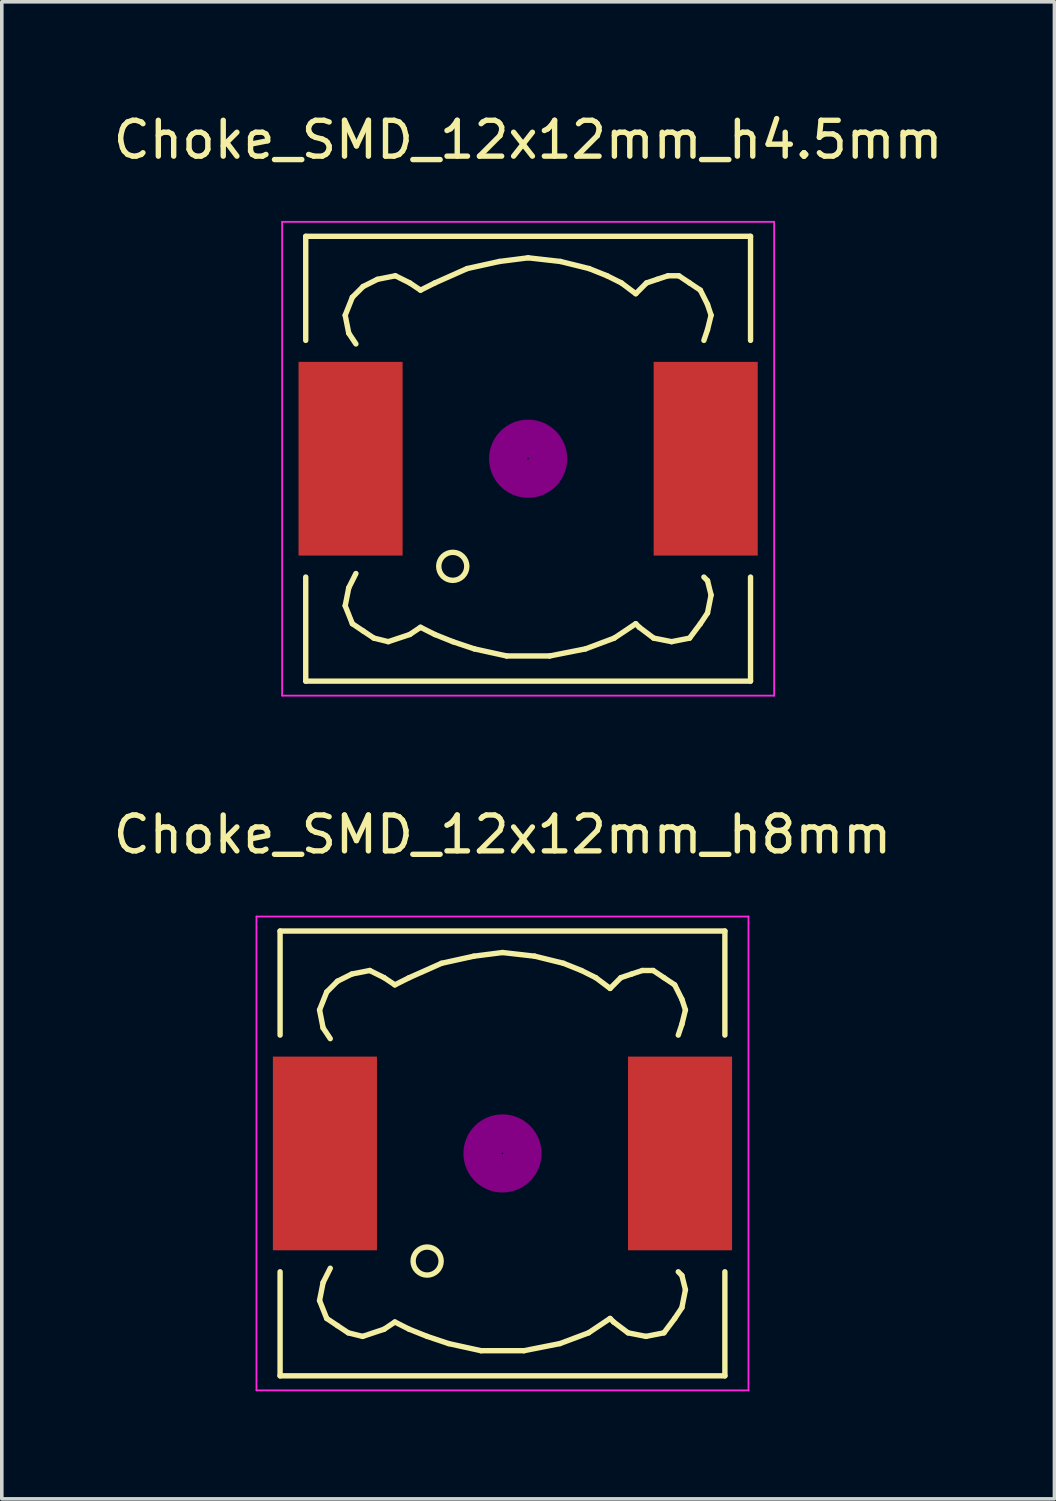
<source format=kicad_pcb>
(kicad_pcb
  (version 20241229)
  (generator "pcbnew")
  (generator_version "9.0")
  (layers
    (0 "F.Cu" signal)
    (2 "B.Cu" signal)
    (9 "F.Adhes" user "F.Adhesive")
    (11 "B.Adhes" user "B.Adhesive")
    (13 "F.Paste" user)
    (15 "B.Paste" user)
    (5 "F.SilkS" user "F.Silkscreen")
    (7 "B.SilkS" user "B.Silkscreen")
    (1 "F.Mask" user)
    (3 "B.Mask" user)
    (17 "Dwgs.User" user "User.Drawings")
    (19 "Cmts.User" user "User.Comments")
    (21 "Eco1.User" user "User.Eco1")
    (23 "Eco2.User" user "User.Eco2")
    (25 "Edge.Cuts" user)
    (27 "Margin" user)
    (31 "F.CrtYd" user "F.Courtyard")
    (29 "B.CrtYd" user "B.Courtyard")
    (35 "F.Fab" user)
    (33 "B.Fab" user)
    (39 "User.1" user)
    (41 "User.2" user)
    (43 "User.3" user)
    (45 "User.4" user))
  (footprint "Choke_SMD_12x12mm_h4.5mm"
    (layer "F.Cu")
    (at 11.673 9.738)
    (property "Reference" "Choke_SMD_12x12mm_h4.5mm" (at 0 -8.89 0) (layer "F.SilkS") (effects (font (size 1 1) (thickness 0.15))))
    (attr smd)
    (fp_line (start -6.2 -6.2) (end -6.2 -3.299) (stroke (width 0.15) (type solid)) (layer "F.SilkS"))
    (fp_line (start -6.2 3.299) (end -6.2 6.2) (stroke (width 0.15) (type solid)) (layer "F.SilkS"))
    (fp_line (start -6.2 6.2) (end 6.2 6.2) (stroke (width 0.15) (type solid)) (layer "F.SilkS"))
    (fp_line (start -5.1 -4) (end -5.001 -3.5) (stroke (width 0.15) (type solid)) (layer "F.SilkS"))
    (fp_line (start -5.1 4.1) (end -5.001 3.599) (stroke (width 0.15) (type solid)) (layer "F.SilkS"))
    (fp_line (start -5.001 -3.5) (end -4.801 -3.2) (stroke (width 0.15) (type solid)) (layer "F.SilkS"))
    (fp_line (start -5.001 3.599) (end -4.801 3.2) (stroke (width 0.15) (type solid)) (layer "F.SilkS"))
    (fp_line (start -4.9 -4.501) (end -5.1 -4) (stroke (width 0.15) (type solid)) (layer "F.SilkS"))
    (fp_line (start -4.9 4.6) (end -5.1 4.1) (stroke (width 0.15) (type solid)) (layer "F.SilkS"))
    (fp_line (start -4.6 -4.801) (end -4.9 -4.501) (stroke (width 0.15) (type solid)) (layer "F.SilkS"))
    (fp_line (start -4.6 4.801) (end -4.9 4.6) (stroke (width 0.15) (type solid)) (layer "F.SilkS"))
    (fp_line (start -4.3 5.001) (end -4.6 4.801) (stroke (width 0.15) (type solid)) (layer "F.SilkS"))
    (fp_line (start -4.201 -5.001) (end -4.6 -4.801) (stroke (width 0.15) (type solid)) (layer "F.SilkS"))
    (fp_line (start -3.899 5.1) (end -4.3 5.001) (stroke (width 0.15) (type solid)) (layer "F.SilkS"))
    (fp_line (start -3.701 -5.1) (end -4.201 -5.001) (stroke (width 0.15) (type solid)) (layer "F.SilkS"))
    (fp_line (start -3.299 -4.9) (end -3.701 -5.1) (stroke (width 0.15) (type solid)) (layer "F.SilkS"))
    (fp_line (start -3.299 4.9) (end -3.899 5.1) (stroke (width 0.15) (type solid)) (layer "F.SilkS"))
    (fp_line (start -3 -4.699) (end -3.299 -4.9) (stroke (width 0.15) (type solid)) (layer "F.SilkS"))
    (fp_line (start -3 4.699) (end -3.299 4.9) (stroke (width 0.15) (type solid)) (layer "F.SilkS"))
    (fp_line (start -2.601 -4.9) (end -3 -4.699) (stroke (width 0.15) (type solid)) (layer "F.SilkS"))
    (fp_line (start -2.601 4.9) (end -3 4.699) (stroke (width 0.15) (type solid)) (layer "F.SilkS"))
    (fp_line (start -2.101 5.1) (end -2.601 4.9) (stroke (width 0.15) (type solid)) (layer "F.SilkS"))
    (fp_line (start -1.699 -5.301) (end -2.601 -4.9) (stroke (width 0.15) (type solid)) (layer "F.SilkS"))
    (fp_line (start -1.501 5.301) (end -2.101 5.1) (stroke (width 0.15) (type solid)) (layer "F.SilkS"))
    (fp_line (start -0.8 -5.499) (end -1.699 -5.301) (stroke (width 0.15) (type solid)) (layer "F.SilkS"))
    (fp_line (start -0.599 5.499) (end -1.501 5.301) (stroke (width 0.15) (type solid)) (layer "F.SilkS"))
    (fp_line (start 0 -5.601) (end -0.8 -5.499) (stroke (width 0.15) (type solid)) (layer "F.SilkS"))
    (fp_line (start 0.599 5.499) (end -0.599 5.499) (stroke (width 0.15) (type solid)) (layer "F.SilkS"))
    (fp_line (start 0.899 -5.499) (end 0 -5.601) (stroke (width 0.15) (type solid)) (layer "F.SilkS"))
    (fp_line (start 1.6 5.301) (end 0.599 5.499) (stroke (width 0.15) (type solid)) (layer "F.SilkS"))
    (fp_line (start 1.699 -5.301) (end 0.899 -5.499) (stroke (width 0.15) (type solid)) (layer "F.SilkS"))
    (fp_line (start 2.2 -5.1) (end 1.699 -5.301) (stroke (width 0.15) (type solid)) (layer "F.SilkS"))
    (fp_line (start 2.4 5.001) (end 1.6 5.301) (stroke (width 0.15) (type solid)) (layer "F.SilkS"))
    (fp_line (start 2.601 -4.9) (end 2.2 -5.1) (stroke (width 0.15) (type solid)) (layer "F.SilkS"))
    (fp_line (start 3 -4.6) (end 2.601 -4.9) (stroke (width 0.15) (type solid)) (layer "F.SilkS"))
    (fp_line (start 3 4.6) (end 2.4 5.001) (stroke (width 0.15) (type solid)) (layer "F.SilkS"))
    (fp_line (start 3.099 4.699) (end 3 4.6) (stroke (width 0.15) (type solid)) (layer "F.SilkS"))
    (fp_line (start 3.299 -4.9) (end 3 -4.6) (stroke (width 0.15) (type solid)) (layer "F.SilkS"))
    (fp_line (start 3.5 5.001) (end 3.099 4.699) (stroke (width 0.15) (type solid)) (layer "F.SilkS"))
    (fp_line (start 3.599 -5.001) (end 3.299 -4.9) (stroke (width 0.15) (type solid)) (layer "F.SilkS"))
    (fp_line (start 3.899 -5.1) (end 3.599 -5.001) (stroke (width 0.15) (type solid)) (layer "F.SilkS"))
    (fp_line (start 4 5.1) (end 3.5 5.001) (stroke (width 0.15) (type solid)) (layer "F.SilkS"))
    (fp_line (start 4.201 -5.1) (end 3.899 -5.1) (stroke (width 0.15) (type solid)) (layer "F.SilkS"))
    (fp_line (start 4.501 -4.9) (end 4.201 -5.1) (stroke (width 0.15) (type solid)) (layer "F.SilkS"))
    (fp_line (start 4.501 5.001) (end 4 5.1) (stroke (width 0.15) (type solid)) (layer "F.SilkS"))
    (fp_line (start 4.801 -4.699) (end 4.501 -4.9) (stroke (width 0.15) (type solid)) (layer "F.SilkS"))
    (fp_line (start 4.801 4.6) (end 4.501 5.001) (stroke (width 0.15) (type solid)) (layer "F.SilkS"))
    (fp_line (start 4.9 -3.299) (end 5.001 -3.599) (stroke (width 0.15) (type solid)) (layer "F.SilkS"))
    (fp_line (start 4.9 3.299) (end 5.001 3.401) (stroke (width 0.15) (type solid)) (layer "F.SilkS"))
    (fp_line (start 5.001 -4.3) (end 4.801 -4.699) (stroke (width 0.15) (type solid)) (layer "F.SilkS"))
    (fp_line (start 5.001 -3.599) (end 5.1 -4) (stroke (width 0.15) (type solid)) (layer "F.SilkS"))
    (fp_line (start 5.001 3.401) (end 5.1 3.8) (stroke (width 0.15) (type solid)) (layer "F.SilkS"))
    (fp_line (start 5.001 4.3) (end 4.801 4.6) (stroke (width 0.15) (type solid)) (layer "F.SilkS"))
    (fp_line (start 5.1 -4) (end 5.001 -4.3) (stroke (width 0.15) (type solid)) (layer "F.SilkS"))
    (fp_line (start 5.1 3.8) (end 5.001 4.3) (stroke (width 0.15) (type solid)) (layer "F.SilkS"))
    (fp_line (start 6.2 -6.2) (end -6.2 -6.2) (stroke (width 0.15) (type solid)) (layer "F.SilkS"))
    (fp_line (start 6.2 -6.2) (end 6.2 -3.299) (stroke (width 0.15) (type solid)) (layer "F.SilkS"))
    (fp_line (start 6.2 6.2) (end 6.2 3.299) (stroke (width 0.15) (type solid)) (layer "F.SilkS"))
    (fp_circle (center -2.101 3) (end -1.801 3.251) (stroke (width 0.15) (type solid)) (fill no) (layer "F.SilkS"))
    (fp_circle (center 0 0) (end 0.15 0.15) (stroke (width 0.381) (type solid)) (fill no) (layer "F.Adhes"))
    (fp_circle (center 0 0) (end 0.551 0) (stroke (width 0.381) (type solid)) (fill no) (layer "F.Adhes"))
    (fp_circle (center 0 0) (end 0.899 0) (stroke (width 0.381) (type solid)) (fill no) (layer "F.Adhes"))
    (fp_line (start -6.858 -6.604) (end 6.858 -6.604) (stroke (width 0.05) (type solid)) (layer "F.CrtYd"))
    (fp_line (start -6.858 6.604) (end -6.858 -6.604) (stroke (width 0.05) (type solid)) (layer "F.CrtYd"))
    (fp_line (start 6.858 -6.604) (end 6.858 6.604) (stroke (width 0.05) (type solid)) (layer "F.CrtYd"))
    (fp_line (start 6.858 6.604) (end -6.858 6.604) (stroke (width 0.05) (type solid)) (layer "F.CrtYd"))
    (pad "1" smd rect (at -4.95 0) (size 2.901 5.4) (layers "F.Cu" "F.Mask" "F.Paste"))
    (pad "2" smd rect (at 4.95 0) (size 2.901 5.4) (layers "F.Cu" "F.Mask" "F.Paste")))
  (footprint "Choke_SMD_12x12mm_h8mm"
    (layer "F.Cu")
    (at 10.958 29.105)
    (property "Reference" "Choke_SMD_12x12mm_h8mm" (at 0 -8.89 0) (layer "F.SilkS") (effects (font (size 1 1) (thickness 0.15))))
    (attr smd)
    (fp_line (start -6.2 -6.2) (end -6.2 -3.299) (stroke (width 0.15) (type solid)) (layer "F.SilkS"))
    (fp_line (start -6.2 3.299) (end -6.2 6.2) (stroke (width 0.15) (type solid)) (layer "F.SilkS"))
    (fp_line (start -6.2 6.2) (end 6.2 6.2) (stroke (width 0.15) (type solid)) (layer "F.SilkS"))
    (fp_line (start -5.1 -4) (end -5.001 -3.5) (stroke (width 0.15) (type solid)) (layer "F.SilkS"))
    (fp_line (start -5.1 4.1) (end -5.001 3.599) (stroke (width 0.15) (type solid)) (layer "F.SilkS"))
    (fp_line (start -5.001 -3.5) (end -4.801 -3.2) (stroke (width 0.15) (type solid)) (layer "F.SilkS"))
    (fp_line (start -5.001 3.599) (end -4.801 3.2) (stroke (width 0.15) (type solid)) (layer "F.SilkS"))
    (fp_line (start -4.9 -4.501) (end -5.1 -4) (stroke (width 0.15) (type solid)) (layer "F.SilkS"))
    (fp_line (start -4.9 4.6) (end -5.1 4.1) (stroke (width 0.15) (type solid)) (layer "F.SilkS"))
    (fp_line (start -4.6 -4.801) (end -4.9 -4.501) (stroke (width 0.15) (type solid)) (layer "F.SilkS"))
    (fp_line (start -4.6 4.801) (end -4.9 4.6) (stroke (width 0.15) (type solid)) (layer "F.SilkS"))
    (fp_line (start -4.3 5.001) (end -4.6 4.801) (stroke (width 0.15) (type solid)) (layer "F.SilkS"))
    (fp_line (start -4.201 -5.001) (end -4.6 -4.801) (stroke (width 0.15) (type solid)) (layer "F.SilkS"))
    (fp_line (start -3.899 5.1) (end -4.3 5.001) (stroke (width 0.15) (type solid)) (layer "F.SilkS"))
    (fp_line (start -3.701 -5.1) (end -4.201 -5.001) (stroke (width 0.15) (type solid)) (layer "F.SilkS"))
    (fp_line (start -3.299 -4.9) (end -3.701 -5.1) (stroke (width 0.15) (type solid)) (layer "F.SilkS"))
    (fp_line (start -3.299 4.9) (end -3.899 5.1) (stroke (width 0.15) (type solid)) (layer "F.SilkS"))
    (fp_line (start -3 -4.699) (end -3.299 -4.9) (stroke (width 0.15) (type solid)) (layer "F.SilkS"))
    (fp_line (start -3 4.699) (end -3.299 4.9) (stroke (width 0.15) (type solid)) (layer "F.SilkS"))
    (fp_line (start -2.601 -4.9) (end -3 -4.699) (stroke (width 0.15) (type solid)) (layer "F.SilkS"))
    (fp_line (start -2.601 4.9) (end -3 4.699) (stroke (width 0.15) (type solid)) (layer "F.SilkS"))
    (fp_line (start -2.101 5.1) (end -2.601 4.9) (stroke (width 0.15) (type solid)) (layer "F.SilkS"))
    (fp_line (start -1.699 -5.301) (end -2.601 -4.9) (stroke (width 0.15) (type solid)) (layer "F.SilkS"))
    (fp_line (start -1.501 5.301) (end -2.101 5.1) (stroke (width 0.15) (type solid)) (layer "F.SilkS"))
    (fp_line (start -0.8 -5.499) (end -1.699 -5.301) (stroke (width 0.15) (type solid)) (layer "F.SilkS"))
    (fp_line (start -0.599 5.499) (end -1.501 5.301) (stroke (width 0.15) (type solid)) (layer "F.SilkS"))
    (fp_line (start 0 -5.601) (end -0.8 -5.499) (stroke (width 0.15) (type solid)) (layer "F.SilkS"))
    (fp_line (start 0.599 5.499) (end -0.599 5.499) (stroke (width 0.15) (type solid)) (layer "F.SilkS"))
    (fp_line (start 0.899 -5.499) (end 0 -5.601) (stroke (width 0.15) (type solid)) (layer "F.SilkS"))
    (fp_line (start 1.6 5.301) (end 0.599 5.499) (stroke (width 0.15) (type solid)) (layer "F.SilkS"))
    (fp_line (start 1.699 -5.301) (end 0.899 -5.499) (stroke (width 0.15) (type solid)) (layer "F.SilkS"))
    (fp_line (start 2.2 -5.1) (end 1.699 -5.301) (stroke (width 0.15) (type solid)) (layer "F.SilkS"))
    (fp_line (start 2.4 5.001) (end 1.6 5.301) (stroke (width 0.15) (type solid)) (layer "F.SilkS"))
    (fp_line (start 2.601 -4.9) (end 2.2 -5.1) (stroke (width 0.15) (type solid)) (layer "F.SilkS"))
    (fp_line (start 3 -4.6) (end 2.601 -4.9) (stroke (width 0.15) (type solid)) (layer "F.SilkS"))
    (fp_line (start 3 4.6) (end 2.4 5.001) (stroke (width 0.15) (type solid)) (layer "F.SilkS"))
    (fp_line (start 3.099 4.699) (end 3 4.6) (stroke (width 0.15) (type solid)) (layer "F.SilkS"))
    (fp_line (start 3.299 -4.9) (end 3 -4.6) (stroke (width 0.15) (type solid)) (layer "F.SilkS"))
    (fp_line (start 3.5 5.001) (end 3.099 4.699) (stroke (width 0.15) (type solid)) (layer "F.SilkS"))
    (fp_line (start 3.599 -5.001) (end 3.299 -4.9) (stroke (width 0.15) (type solid)) (layer "F.SilkS"))
    (fp_line (start 3.899 -5.1) (end 3.599 -5.001) (stroke (width 0.15) (type solid)) (layer "F.SilkS"))
    (fp_line (start 4 5.1) (end 3.5 5.001) (stroke (width 0.15) (type solid)) (layer "F.SilkS"))
    (fp_line (start 4.201 -5.1) (end 3.899 -5.1) (stroke (width 0.15) (type solid)) (layer "F.SilkS"))
    (fp_line (start 4.501 -4.9) (end 4.201 -5.1) (stroke (width 0.15) (type solid)) (layer "F.SilkS"))
    (fp_line (start 4.501 5.001) (end 4 5.1) (stroke (width 0.15) (type solid)) (layer "F.SilkS"))
    (fp_line (start 4.801 -4.699) (end 4.501 -4.9) (stroke (width 0.15) (type solid)) (layer "F.SilkS"))
    (fp_line (start 4.801 4.6) (end 4.501 5.001) (stroke (width 0.15) (type solid)) (layer "F.SilkS"))
    (fp_line (start 4.9 -3.299) (end 5.001 -3.599) (stroke (width 0.15) (type solid)) (layer "F.SilkS"))
    (fp_line (start 4.9 3.299) (end 5.001 3.401) (stroke (width 0.15) (type solid)) (layer "F.SilkS"))
    (fp_line (start 5.001 -4.3) (end 4.801 -4.699) (stroke (width 0.15) (type solid)) (layer "F.SilkS"))
    (fp_line (start 5.001 -3.599) (end 5.1 -4) (stroke (width 0.15) (type solid)) (layer "F.SilkS"))
    (fp_line (start 5.001 3.401) (end 5.1 3.8) (stroke (width 0.15) (type solid)) (layer "F.SilkS"))
    (fp_line (start 5.001 4.3) (end 4.801 4.6) (stroke (width 0.15) (type solid)) (layer "F.SilkS"))
    (fp_line (start 5.1 -4) (end 5.001 -4.3) (stroke (width 0.15) (type solid)) (layer "F.SilkS"))
    (fp_line (start 5.1 3.8) (end 5.001 4.3) (stroke (width 0.15) (type solid)) (layer "F.SilkS"))
    (fp_line (start 6.2 -6.2) (end -6.2 -6.2) (stroke (width 0.15) (type solid)) (layer "F.SilkS"))
    (fp_line (start 6.2 -6.2) (end 6.2 -3.299) (stroke (width 0.15) (type solid)) (layer "F.SilkS"))
    (fp_line (start 6.2 6.2) (end 6.2 3.299) (stroke (width 0.15) (type solid)) (layer "F.SilkS"))
    (fp_circle (center -2.101 3) (end -1.801 3.251) (stroke (width 0.15) (type solid)) (fill no) (layer "F.SilkS"))
    (fp_circle (center 0 0) (end 0.15 0.15) (stroke (width 0.381) (type solid)) (fill no) (layer "F.Adhes"))
    (fp_circle (center 0 0) (end 0.551 0) (stroke (width 0.381) (type solid)) (fill no) (layer "F.Adhes"))
    (fp_circle (center 0 0) (end 0.899 0) (stroke (width 0.381) (type solid)) (fill no) (layer "F.Adhes"))
    (fp_line (start -6.858 -6.604) (end 6.858 -6.604) (stroke (width 0.05) (type solid)) (layer "F.CrtYd"))
    (fp_line (start -6.858 6.604) (end -6.858 -6.604) (stroke (width 0.05) (type solid)) (layer "F.CrtYd"))
    (fp_line (start 6.858 -6.604) (end 6.858 6.604) (stroke (width 0.05) (type solid)) (layer "F.CrtYd"))
    (fp_line (start 6.858 6.604) (end -6.858 6.604) (stroke (width 0.05) (type solid)) (layer "F.CrtYd"))
    (pad "1" smd rect (at -4.95 0) (size 2.901 5.4) (layers "F.Cu" "F.Mask" "F.Paste"))
    (pad "2" smd rect (at 4.95 0) (size 2.901 5.4) (layers "F.Cu" "F.Mask" "F.Paste")))
  (gr_rect
    (start -3 -3)
    (end 26.345 38.734)
    (stroke (width 0.1) (type default))
    (fill no)
    (layer "Edge.Cuts")))
</source>
